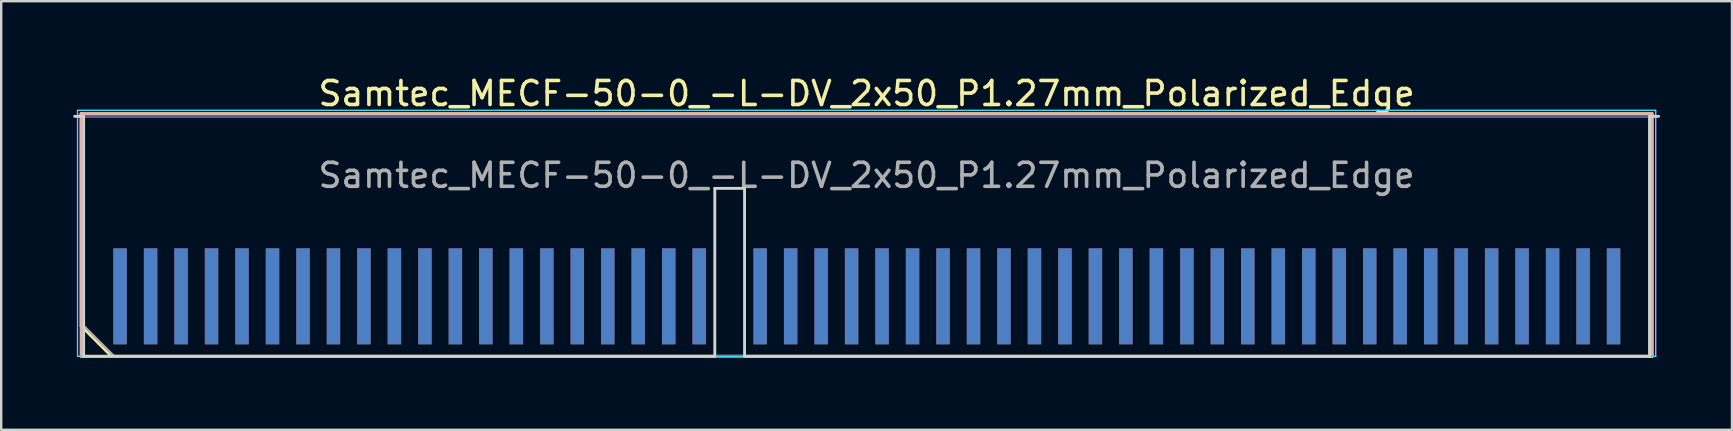
<source format=kicad_pcb>
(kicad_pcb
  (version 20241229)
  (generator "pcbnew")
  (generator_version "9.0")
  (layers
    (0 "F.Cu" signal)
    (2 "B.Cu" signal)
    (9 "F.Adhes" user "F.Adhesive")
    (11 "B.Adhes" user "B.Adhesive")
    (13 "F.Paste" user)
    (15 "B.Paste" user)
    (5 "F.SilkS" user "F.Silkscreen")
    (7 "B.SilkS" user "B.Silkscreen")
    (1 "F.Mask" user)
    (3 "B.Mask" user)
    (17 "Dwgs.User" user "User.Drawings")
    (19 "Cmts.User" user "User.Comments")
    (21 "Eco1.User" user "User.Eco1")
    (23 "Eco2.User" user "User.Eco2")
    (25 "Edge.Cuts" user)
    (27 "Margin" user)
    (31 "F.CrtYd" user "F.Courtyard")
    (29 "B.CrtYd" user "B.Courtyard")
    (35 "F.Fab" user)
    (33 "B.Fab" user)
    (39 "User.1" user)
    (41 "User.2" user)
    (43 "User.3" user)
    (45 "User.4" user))
  (footprint "Samtec_MECF-50-0_-L-DV_2x50_P1.27mm_Polarized_Edge"
    (layer "F.Cu")
    (at 33.06 6.798)
    (property "Reference" "Samtec_MECF-50-0_-L-DV_2x50_P1.27mm_Polarized_Edge" (at 0 -5.95 0) (layer "F.SilkS") (effects (font (size 1 1) (thickness 0.15))))
    (attr exclude_from_pos_files exclude_from_bom)
    (fp_line (start -32.73 -5.11) (end 32.73 -5.11) (stroke (width 0.12) (type solid)) (layer "F.SilkS"))
    (fp_line (start -32.73 3.73) (end -32.73 -5.11) (stroke (width 0.12) (type solid)) (layer "F.SilkS"))
    (fp_line (start -31.46 5) (end -32.73 3.73) (stroke (width 0.12) (type solid)) (layer "F.SilkS"))
    (fp_line (start -31.46 5) (end 32.73 5) (stroke (width 0.12) (type solid)) (layer "F.SilkS"))
    (fp_line (start 32.73 5) (end 32.73 -5.11) (stroke (width 0.12) (type solid)) (layer "F.SilkS"))
    (fp_line (start -32.73 -5.11) (end 32.73 -5.11) (stroke (width 0.12) (type solid)) (layer "B.SilkS"))
    (fp_line (start -32.73 5) (end -32.73 -5.11) (stroke (width 0.12) (type solid)) (layer "B.SilkS"))
    (fp_line (start -32.73 5) (end 32.73 5) (stroke (width 0.12) (type solid)) (layer "B.SilkS"))
    (fp_line (start 32.73 5) (end 32.73 -5.11) (stroke (width 0.12) (type solid)) (layer "B.SilkS"))
    (fp_line (start -33 -5) (end -32.625 -5) (stroke (width 0.12) (type solid)) (layer "Edge.Cuts"))
    (fp_line (start -32.625 5) (end -32.625 -5) (stroke (width 0.12) (type solid)) (layer "Edge.Cuts"))
    (fp_line (start -32.625 5) (end -6.325 5) (stroke (width 0.12) (type solid)) (layer "Edge.Cuts"))
    (fp_line (start -6.325 -2) (end -5.085 -2) (stroke (width 0.12) (type solid)) (layer "Edge.Cuts"))
    (fp_line (start -6.325 5) (end -6.325 -2) (stroke (width 0.12) (type solid)) (layer "Edge.Cuts"))
    (fp_line (start -5.085 5) (end -5.085 -2) (stroke (width 0.12) (type solid)) (layer "Edge.Cuts"))
    (fp_line (start -5.085 5) (end 32.625 5) (stroke (width 0.12) (type solid)) (layer "Edge.Cuts"))
    (fp_line (start 32.625 5) (end 32.625 -5) (stroke (width 0.12) (type solid)) (layer "Edge.Cuts"))
    (fp_line (start 33 -5) (end 32.625 -5) (stroke (width 0.12) (type solid)) (layer "Edge.Cuts"))
    (fp_line (start -32.88 -5.25) (end -32.88 5) (stroke (width 0.05) (type solid)) (layer "B.CrtYd"))
    (fp_line (start -32.88 5) (end 32.88 5) (stroke (width 0.05) (type solid)) (layer "B.CrtYd"))
    (fp_line (start 32.88 -5.25) (end -32.88 -5.25) (stroke (width 0.05) (type solid)) (layer "B.CrtYd"))
    (fp_line (start 32.88 5) (end 32.88 -5.25) (stroke (width 0.05) (type solid)) (layer "B.CrtYd"))
    (fp_line (start -32.88 -5.25) (end -32.88 5) (stroke (width 0.05) (type solid)) (layer "F.CrtYd"))
    (fp_line (start -32.88 5) (end 32.88 5) (stroke (width 0.05) (type solid)) (layer "F.CrtYd"))
    (fp_line (start 32.88 -5.25) (end -32.88 -5.25) (stroke (width 0.05) (type solid)) (layer "F.CrtYd"))
    (fp_line (start 32.88 5) (end 32.88 -5.25) (stroke (width 0.05) (type solid)) (layer "F.CrtYd"))
    (fp_line (start -32.625 -5) (end 32.625 -5) (stroke (width 0.1) (type solid)) (layer "B.Fab"))
    (fp_line (start -32.625 5) (end -32.625 -5) (stroke (width 0.1) (type solid)) (layer "B.Fab"))
    (fp_line (start -32.625 5) (end 32.625 5) (stroke (width 0.1) (type solid)) (layer "B.Fab"))
    (fp_line (start 32.625 5) (end 32.625 -5) (stroke (width 0.1) (type solid)) (layer "B.Fab"))
    (fp_line (start -32.625 -5) (end 32.625 -5) (stroke (width 0.1) (type solid)) (layer "F.Fab"))
    (fp_line (start -32.625 3.73) (end -32.625 -5) (stroke (width 0.1) (type solid)) (layer "F.Fab"))
    (fp_line (start -32.625 3.73) (end -31.355 5) (stroke (width 0.1) (type solid)) (layer "F.Fab"))
    (fp_line (start -31.355 5) (end 32.625 5) (stroke (width 0.1) (type solid)) (layer "F.Fab"))
    (fp_line (start 32.625 5) (end 32.625 -5) (stroke (width 0.1) (type solid)) (layer "F.Fab"))
    (fp_text user "${REFERENCE}" (at 0 -2.54 0) (layer "F.Fab") (effects (font (size 1 1) (thickness 0.15))))
    (pad "1" connect rect (at -31.105 2.5) (size 0.56 4) (layers "F.Cu" "F.Mask"))
    (pad "2" connect rect (at -31.105 2.5) (size 0.56 4) (layers "B.Cu" "B.Mask"))
    (pad "3" connect rect (at -29.835 2.5) (size 0.56 4) (layers "F.Cu" "F.Mask"))
    (pad "4" connect rect (at -29.835 2.5) (size 0.56 4) (layers "B.Cu" "B.Mask"))
    (pad "5" connect rect (at -28.565 2.5) (size 0.56 4) (layers "F.Cu" "F.Mask"))
    (pad "6" connect rect (at -28.565 2.5) (size 0.56 4) (layers "B.Cu" "B.Mask"))
    (pad "7" connect rect (at -27.295 2.5) (size 0.56 4) (layers "F.Cu" "F.Mask"))
    (pad "8" connect rect (at -27.295 2.5) (size 0.56 4) (layers "B.Cu" "B.Mask"))
    (pad "9" connect rect (at -26.025 2.5) (size 0.56 4) (layers "F.Cu" "F.Mask"))
    (pad "10" connect rect (at -26.025 2.5) (size 0.56 4) (layers "B.Cu" "B.Mask"))
    (pad "11" connect rect (at -24.755 2.5) (size 0.56 4) (layers "F.Cu" "F.Mask"))
    (pad "12" connect rect (at -24.755 2.5) (size 0.56 4) (layers "B.Cu" "B.Mask"))
    (pad "13" connect rect (at -23.485 2.5) (size 0.56 4) (layers "F.Cu" "F.Mask"))
    (pad "14" connect rect (at -23.485 2.5) (size 0.56 4) (layers "B.Cu" "B.Mask"))
    (pad "15" connect rect (at -22.215 2.5) (size 0.56 4) (layers "F.Cu" "F.Mask"))
    (pad "16" connect rect (at -22.215 2.5) (size 0.56 4) (layers "B.Cu" "B.Mask"))
    (pad "17" connect rect (at -20.945 2.5) (size 0.56 4) (layers "F.Cu" "F.Mask"))
    (pad "18" connect rect (at -20.945 2.5) (size 0.56 4) (layers "B.Cu" "B.Mask"))
    (pad "19" connect rect (at -19.675 2.5) (size 0.56 4) (layers "F.Cu" "F.Mask"))
    (pad "20" connect rect (at -19.675 2.5) (size 0.56 4) (layers "B.Cu" "B.Mask"))
    (pad "21" connect rect (at -18.405 2.5) (size 0.56 4) (layers "F.Cu" "F.Mask"))
    (pad "22" connect rect (at -18.405 2.5) (size 0.56 4) (layers "B.Cu" "B.Mask"))
    (pad "23" connect rect (at -17.135 2.5) (size 0.56 4) (layers "F.Cu" "F.Mask"))
    (pad "24" connect rect (at -17.135 2.5) (size 0.56 4) (layers "B.Cu" "B.Mask"))
    (pad "25" connect rect (at -15.865 2.5) (size 0.56 4) (layers "F.Cu" "F.Mask"))
    (pad "26" connect rect (at -15.865 2.5) (size 0.56 4) (layers "B.Cu" "B.Mask"))
    (pad "27" connect rect (at -14.595 2.5) (size 0.56 4) (layers "F.Cu" "F.Mask"))
    (pad "28" connect rect (at -14.595 2.5) (size 0.56 4) (layers "B.Cu" "B.Mask"))
    (pad "29" connect rect (at -13.325 2.5) (size 0.56 4) (layers "F.Cu" "F.Mask"))
    (pad "30" connect rect (at -13.325 2.5) (size 0.56 4) (layers "B.Cu" "B.Mask"))
    (pad "31" connect rect (at -12.055 2.5) (size 0.56 4) (layers "F.Cu" "F.Mask"))
    (pad "32" connect rect (at -12.055 2.5) (size 0.56 4) (layers "B.Cu" "B.Mask"))
    (pad "33" connect rect (at -10.785 2.5) (size 0.56 4) (layers "F.Cu" "F.Mask"))
    (pad "34" connect rect (at -10.785 2.5) (size 0.56 4) (layers "B.Cu" "B.Mask"))
    (pad "35" connect rect (at -9.515 2.5) (size 0.56 4) (layers "F.Cu" "F.Mask"))
    (pad "36" connect rect (at -9.515 2.5) (size 0.56 4) (layers "B.Cu" "B.Mask"))
    (pad "37" connect rect (at -8.245 2.5) (size 0.56 4) (layers "F.Cu" "F.Mask"))
    (pad "38" connect rect (at -8.245 2.5) (size 0.56 4) (layers "B.Cu" "B.Mask"))
    (pad "39" connect rect (at -6.975 2.5) (size 0.56 4) (layers "F.Cu" "F.Mask"))
    (pad "40" connect rect (at -6.975 2.5) (size 0.56 4) (layers "B.Cu" "B.Mask"))
    (pad "43" connect rect (at -4.435 2.5) (size 0.56 4) (layers "F.Cu" "F.Mask"))
    (pad "44" connect rect (at -4.435 2.5) (size 0.56 4) (layers "B.Cu" "B.Mask"))
    (pad "45" connect rect (at -3.165 2.5) (size 0.56 4) (layers "F.Cu" "F.Mask"))
    (pad "46" connect rect (at -3.165 2.5) (size 0.56 4) (layers "B.Cu" "B.Mask"))
    (pad "47" connect rect (at -1.895 2.5) (size 0.56 4) (layers "F.Cu" "F.Mask"))
    (pad "48" connect rect (at -1.895 2.5) (size 0.56 4) (layers "B.Cu" "B.Mask"))
    (pad "49" connect rect (at -0.625 2.5) (size 0.56 4) (layers "F.Cu" "F.Mask"))
    (pad "50" connect rect (at -0.625 2.5) (size 0.56 4) (layers "B.Cu" "B.Mask"))
    (pad "51" connect rect (at 0.645 2.5) (size 0.56 4) (layers "F.Cu" "F.Mask"))
    (pad "52" connect rect (at 0.645 2.5) (size 0.56 4) (layers "B.Cu" "B.Mask"))
    (pad "53" connect rect (at 1.915 2.5) (size 0.56 4) (layers "F.Cu" "F.Mask"))
    (pad "54" connect rect (at 1.915 2.5) (size 0.56 4) (layers "B.Cu" "B.Mask"))
    (pad "55" connect rect (at 3.185 2.5) (size 0.56 4) (layers "F.Cu" "F.Mask"))
    (pad "56" connect rect (at 3.185 2.5) (size 0.56 4) (layers "B.Cu" "B.Mask"))
    (pad "57" connect rect (at 4.455 2.5) (size 0.56 4) (layers "F.Cu" "F.Mask"))
    (pad "58" connect rect (at 4.455 2.5) (size 0.56 4) (layers "B.Cu" "B.Mask"))
    (pad "59" connect rect (at 5.725 2.5) (size 0.56 4) (layers "F.Cu" "F.Mask"))
    (pad "60" connect rect (at 5.725 2.5) (size 0.56 4) (layers "B.Cu" "B.Mask"))
    (pad "61" connect rect (at 6.995 2.5) (size 0.56 4) (layers "F.Cu" "F.Mask"))
    (pad "62" connect rect (at 6.995 2.5) (size 0.56 4) (layers "B.Cu" "B.Mask"))
    (pad "63" connect rect (at 8.265 2.5) (size 0.56 4) (layers "F.Cu" "F.Mask"))
    (pad "64" connect rect (at 8.265 2.5) (size 0.56 4) (layers "B.Cu" "B.Mask"))
    (pad "65" connect rect (at 9.535 2.5) (size 0.56 4) (layers "F.Cu" "F.Mask"))
    (pad "66" connect rect (at 9.535 2.5) (size 0.56 4) (layers "B.Cu" "B.Mask"))
    (pad "67" connect rect (at 10.805 2.5) (size 0.56 4) (layers "F.Cu" "F.Mask"))
    (pad "68" connect rect (at 10.805 2.5) (size 0.56 4) (layers "B.Cu" "B.Mask"))
    (pad "69" connect rect (at 12.075 2.5) (size 0.56 4) (layers "F.Cu" "F.Mask"))
    (pad "70" connect rect (at 12.075 2.5) (size 0.56 4) (layers "B.Cu" "B.Mask"))
    (pad "71" connect rect (at 13.345 2.5) (size 0.56 4) (layers "F.Cu" "F.Mask"))
    (pad "72" connect rect (at 13.345 2.5) (size 0.56 4) (layers "B.Cu" "B.Mask"))
    (pad "73" connect rect (at 14.615 2.5) (size 0.56 4) (layers "F.Cu" "F.Mask"))
    (pad "74" connect rect (at 14.615 2.5) (size 0.56 4) (layers "B.Cu" "B.Mask"))
    (pad "75" connect rect (at 15.885 2.5) (size 0.56 4) (layers "F.Cu" "F.Mask"))
    (pad "76" connect rect (at 15.885 2.5) (size 0.56 4) (layers "B.Cu" "B.Mask"))
    (pad "77" connect rect (at 17.155 2.5) (size 0.56 4) (layers "F.Cu" "F.Mask"))
    (pad "78" connect rect (at 17.155 2.5) (size 0.56 4) (layers "B.Cu" "B.Mask"))
    (pad "79" connect rect (at 18.425 2.5) (size 0.56 4) (layers "F.Cu" "F.Mask"))
    (pad "80" connect rect (at 18.425 2.5) (size 0.56 4) (layers "B.Cu" "B.Mask"))
    (pad "81" connect rect (at 19.695 2.5) (size 0.56 4) (layers "F.Cu" "F.Mask"))
    (pad "82" connect rect (at 19.695 2.5) (size 0.56 4) (layers "B.Cu" "B.Mask"))
    (pad "83" connect rect (at 20.965 2.5) (size 0.56 4) (layers "F.Cu" "F.Mask"))
    (pad "84" connect rect (at 20.965 2.5) (size 0.56 4) (layers "B.Cu" "B.Mask"))
    (pad "85" connect rect (at 22.235 2.5) (size 0.56 4) (layers "F.Cu" "F.Mask"))
    (pad "86" connect rect (at 22.235 2.5) (size 0.56 4) (layers "B.Cu" "B.Mask"))
    (pad "87" connect rect (at 23.505 2.5) (size 0.56 4) (layers "F.Cu" "F.Mask"))
    (pad "88" connect rect (at 23.505 2.5) (size 0.56 4) (layers "B.Cu" "B.Mask"))
    (pad "89" connect rect (at 24.775 2.5) (size 0.56 4) (layers "F.Cu" "F.Mask"))
    (pad "90" connect rect (at 24.775 2.5) (size 0.56 4) (layers "B.Cu" "B.Mask"))
    (pad "91" connect rect (at 26.045 2.5) (size 0.56 4) (layers "F.Cu" "F.Mask"))
    (pad "92" connect rect (at 26.045 2.5) (size 0.56 4) (layers "B.Cu" "B.Mask"))
    (pad "93" connect rect (at 27.315 2.5) (size 0.56 4) (layers "F.Cu" "F.Mask"))
    (pad "94" connect rect (at 27.315 2.5) (size 0.56 4) (layers "B.Cu" "B.Mask"))
    (pad "95" connect rect (at 28.585 2.5) (size 0.56 4) (layers "F.Cu" "F.Mask"))
    (pad "96" connect rect (at 28.585 2.5) (size 0.56 4) (layers "B.Cu" "B.Mask"))
    (pad "97" connect rect (at 29.855 2.5) (size 0.56 4) (layers "F.Cu" "F.Mask"))
    (pad "98" connect rect (at 29.855 2.5) (size 0.56 4) (layers "B.Cu" "B.Mask"))
    (pad "99" connect rect (at 31.125 2.5) (size 0.56 4) (layers "F.Cu" "F.Mask"))
    (pad "100" connect rect (at 31.125 2.5) (size 0.56 4) (layers "B.Cu" "B.Mask")))
  (gr_rect
    (start -3 -3)
    (end 69.12 14.858)
    (stroke (width 0.1) (type default))
    (fill no)
    (layer "Edge.Cuts")))
</source>
